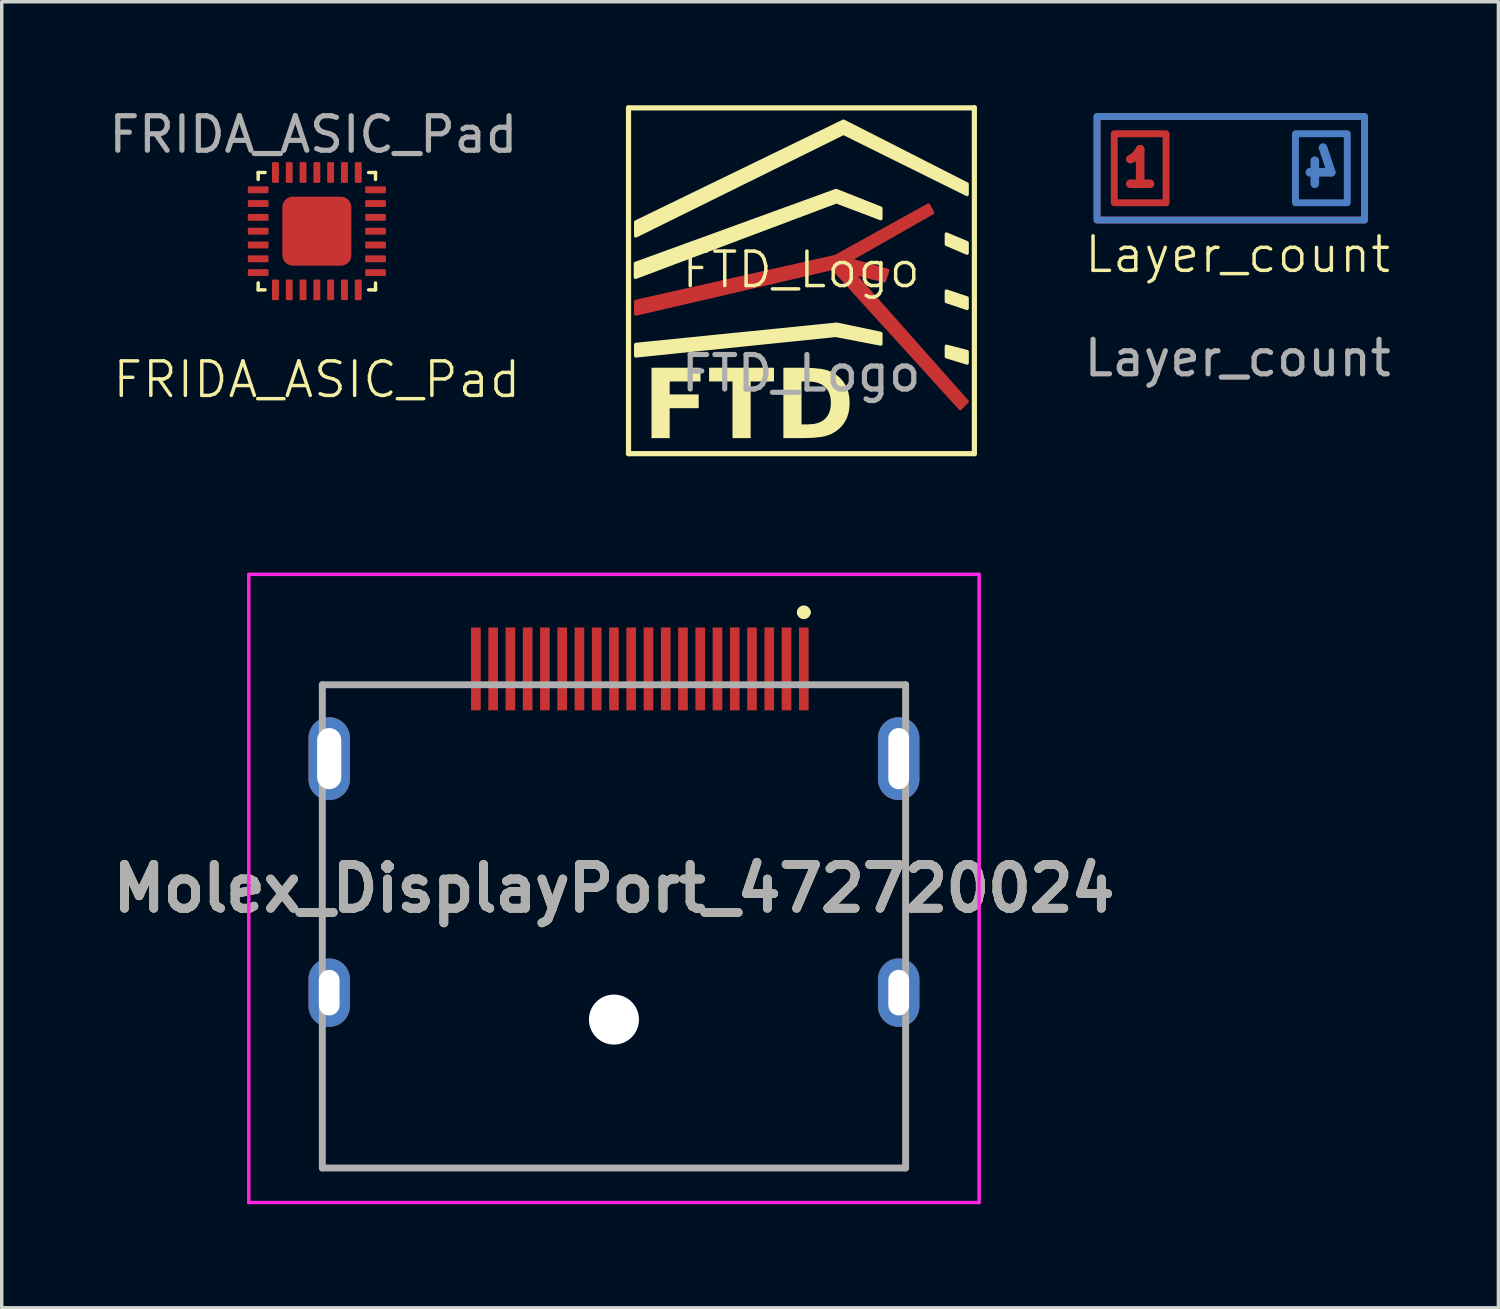
<source format=kicad_pcb>
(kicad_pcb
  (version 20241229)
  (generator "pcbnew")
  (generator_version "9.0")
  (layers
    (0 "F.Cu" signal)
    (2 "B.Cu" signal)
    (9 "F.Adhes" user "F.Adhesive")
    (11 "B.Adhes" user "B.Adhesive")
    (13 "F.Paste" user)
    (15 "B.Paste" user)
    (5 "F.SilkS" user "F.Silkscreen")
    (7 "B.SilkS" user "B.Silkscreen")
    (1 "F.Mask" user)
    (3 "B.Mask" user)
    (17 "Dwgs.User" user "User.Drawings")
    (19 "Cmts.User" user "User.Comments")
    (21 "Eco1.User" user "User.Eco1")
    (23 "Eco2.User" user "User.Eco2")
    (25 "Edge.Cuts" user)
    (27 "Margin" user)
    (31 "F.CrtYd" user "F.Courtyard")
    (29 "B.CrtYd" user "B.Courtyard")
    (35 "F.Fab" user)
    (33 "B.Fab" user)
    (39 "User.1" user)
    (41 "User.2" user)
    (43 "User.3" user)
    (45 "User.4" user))
  (footprint "FRIDA_ASIC_Pad"
    (layer "F.Cu")
    (at 4.13 5.648)
    (property "Reference" "FRIDA_ASIC_Pad" (at 2 2.3 0) (unlocked yes) (layer "F.SilkS") (effects (font (size 1 1) (thickness 0.1))))
    (attr smd)
    (fp_line (start 0.3 -3.7) (end 0.5 -3.7) (stroke (width 0.1) (type default)) (layer "F.SilkS"))
    (fp_line (start 0.3 -3.5) (end 0.3 -3.7) (stroke (width 0.1) (type default)) (layer "F.SilkS"))
    (fp_line (start 0.3 -0.5) (end 0.3 -0.3) (stroke (width 0.1) (type default)) (layer "F.SilkS"))
    (fp_line (start 0.3 -0.3) (end 0.5 -0.3) (stroke (width 0.1) (type default)) (layer "F.SilkS"))
    (fp_line (start 3.5 -3.7) (end 3.7 -3.7) (stroke (width 0.1) (type default)) (layer "F.SilkS"))
    (fp_line (start 3.5 -0.3) (end 3.7 -0.3) (stroke (width 0.1) (type default)) (layer "F.SilkS"))
    (fp_line (start 3.7 -3.7) (end 3.7 -3.5) (stroke (width 0.1) (type default)) (layer "F.SilkS"))
    (fp_line (start 3.7 -0.3) (end 3.7 -0.5) (stroke (width 0.1) (type default)) (layer "F.SilkS"))
    (fp_text user "${REFERENCE}" (at 1.9 -4.8 0) (unlocked yes) (layer "F.Fab") (effects (font (size 1 1) (thickness 0.15))))
    (pad "1" smd roundrect (at 0.3 -3.2) (size 0.6 0.2) (layers "F.Cu" "F.Mask") (roundrect_rratio 0.15))
    (pad "2" smd roundrect (at 0.3 -2.8) (size 0.6 0.2) (layers "F.Cu" "F.Mask") (roundrect_rratio 0.15))
    (pad "3" smd roundrect (at 0.3 -2.4) (size 0.6 0.2) (layers "F.Cu" "F.Mask") (roundrect_rratio 0.15))
    (pad "4" smd roundrect (at 0.3 -2) (size 0.6 0.2) (layers "F.Cu" "F.Mask") (roundrect_rratio 0.15))
    (pad "5" smd roundrect (at 0.3 -1.6) (size 0.6 0.2) (layers "F.Cu" "F.Mask") (roundrect_rratio 0.15))
    (pad "6" smd roundrect (at 0.3 -1.2) (size 0.6 0.2) (layers "F.Cu" "F.Mask") (roundrect_rratio 0.15))
    (pad "7" smd roundrect (at 0.3 -0.8) (size 0.6 0.2) (layers "F.Cu" "F.Mask") (roundrect_rratio 0.15))
    (pad "8" smd roundrect (at 0.8 -0.3 90) (size 0.6 0.2) (layers "F.Cu" "F.Mask") (roundrect_rratio 0.15))
    (pad "9" smd roundrect (at 1.2 -0.3 90) (size 0.6 0.2) (layers "F.Cu" "F.Mask") (roundrect_rratio 0.15))
    (pad "10" smd roundrect (at 1.6 -0.3 90) (size 0.6 0.2) (layers "F.Cu" "F.Mask") (roundrect_rratio 0.15))
    (pad "11" smd roundrect (at 2 -0.3 90) (size 0.6 0.2) (layers "F.Cu" "F.Mask") (roundrect_rratio 0.15))
    (pad "12" smd roundrect (at 2.4 -0.3 90) (size 0.6 0.2) (layers "F.Cu" "F.Mask") (roundrect_rratio 0.15))
    (pad "13" smd roundrect (at 2.8 -0.3 90) (size 0.6 0.2) (layers "F.Cu" "F.Mask") (roundrect_rratio 0.15))
    (pad "14" smd roundrect (at 3.2 -0.3 90) (size 0.6 0.2) (layers "F.Cu" "F.Mask") (roundrect_rratio 0.15))
    (pad "15" smd roundrect (at 3.7 -0.8) (size 0.6 0.2) (layers "F.Cu" "F.Mask") (roundrect_rratio 0.15))
    (pad "16" smd roundrect (at 3.7 -1.2) (size 0.6 0.2) (layers "F.Cu" "F.Mask") (roundrect_rratio 0.15))
    (pad "17" smd roundrect (at 3.7 -1.6) (size 0.6 0.2) (layers "F.Cu" "F.Mask") (roundrect_rratio 0.15))
    (pad "18" smd roundrect (at 3.7 -2) (size 0.6 0.2) (layers "F.Cu" "F.Mask") (roundrect_rratio 0.15))
    (pad "19" smd roundrect (at 3.7 -2.4) (size 0.6 0.2) (layers "F.Cu" "F.Mask") (roundrect_rratio 0.15))
    (pad "20" smd roundrect (at 3.7 -2.8) (size 0.6 0.2) (layers "F.Cu" "F.Mask") (roundrect_rratio 0.15))
    (pad "21" smd roundrect (at 3.7 -3.2) (size 0.6 0.2) (layers "F.Cu" "F.Mask") (roundrect_rratio 0.15))
    (pad "22" smd roundrect (at 3.2 -3.7 90) (size 0.6 0.2) (layers "F.Cu" "F.Mask") (roundrect_rratio 0.15))
    (pad "23" smd roundrect (at 2.8 -3.7 90) (size 0.6 0.2) (layers "F.Cu" "F.Mask") (roundrect_rratio 0.15))
    (pad "24" smd roundrect (at 2.4 -3.7 90) (size 0.6 0.2) (layers "F.Cu" "F.Mask") (roundrect_rratio 0.15))
    (pad "25" smd roundrect (at 2 -3.7 90) (size 0.6 0.2) (layers "F.Cu" "F.Mask") (roundrect_rratio 0.15))
    (pad "26" smd roundrect (at 1.6 -3.7 90) (size 0.6 0.2) (layers "F.Cu" "F.Mask") (roundrect_rratio 0.15))
    (pad "27" smd roundrect (at 1.2 -3.7 90) (size 0.6 0.2) (layers "F.Cu" "F.Mask") (roundrect_rratio 0.15))
    (pad "28" smd roundrect (at 0.8 -3.7 90) (size 0.6 0.2) (layers "F.Cu" "F.Mask") (roundrect_rratio 0.15))
    (pad "29" smd roundrect (at 2 -2) (size 2 2) (layers "F.Cu" "F.Mask" "F.Paste") (roundrect_rratio 0.15)))
  (footprint "Molex_DisplayPort_472720024"
    (layer "F.Cu")
    (at 14.738 22.69)
    (property "Reference" "Molex_DisplayPort_472720024" (at 0 0 0) (layer "F.SilkS") (effects (font (size 1.27 1.27) (thickness 0.254))))
    (attr through_hole)
    (fp_line (start -8.45 -5.9) (end -5 -5.9) (stroke (width 0.1) (type solid)) (layer "F.SilkS"))
    (fp_line (start -8.45 5.1) (end -8.45 8.1) (stroke (width 0.1) (type solid)) (layer "F.SilkS"))
    (fp_line (start -8.45 8.1) (end 8.45 8.1) (stroke (width 0.1) (type solid)) (layer "F.SilkS"))
    (fp_line (start 5.4 -8) (end 5.4 -8) (stroke (width 0.2) (type solid)) (layer "F.SilkS"))
    (fp_line (start 5.6 -8) (end 5.6 -8) (stroke (width 0.2) (type solid)) (layer "F.SilkS"))
    (fp_line (start 8.45 -5.9) (end 5.6 -5.9) (stroke (width 0.1) (type solid)) (layer "F.SilkS"))
    (fp_line (start 8.45 8.1) (end 8.45 5.1) (stroke (width 0.1) (type solid)) (layer "F.SilkS"))
    (fp_arc (start 5.4 -8) (mid 5.5 -8.1) (end 5.6 -8) (stroke (width 0.2) (type solid)) (layer "F.SilkS"))
    (fp_arc (start 5.6 -8) (mid 5.5 -7.9) (end 5.4 -8) (stroke (width 0.2) (type solid)) (layer "F.SilkS"))
    (fp_line (start -10.58 -9.1) (end 10.58 -9.1) (stroke (width 0.1) (type solid)) (layer "F.CrtYd"))
    (fp_line (start -10.58 9.1) (end -10.58 -9.1) (stroke (width 0.1) (type solid)) (layer "F.CrtYd"))
    (fp_line (start 10.58 -9.1) (end 10.58 9.1) (stroke (width 0.1) (type solid)) (layer "F.CrtYd"))
    (fp_line (start 10.58 9.1) (end -10.58 9.1) (stroke (width 0.1) (type solid)) (layer "F.CrtYd"))
    (fp_line (start -8.45 -5.9) (end 8.45 -5.9) (stroke (width 0.2) (type solid)) (layer "F.Fab"))
    (fp_line (start -8.45 8.1) (end -8.45 -5.9) (stroke (width 0.2) (type solid)) (layer "F.Fab"))
    (fp_line (start 8.45 -5.9) (end 8.45 8.1) (stroke (width 0.2) (type solid)) (layer "F.Fab"))
    (fp_line (start 8.45 8.1) (end -8.45 8.1) (stroke (width 0.2) (type solid)) (layer "F.Fab"))
    (fp_text user "${REFERENCE}" (at 0 0 0) (layer "F.Fab") (effects (font (size 1.27 1.27) (thickness 0.254))))
    (pad "" np_thru_hole circle (at 0 3.8) (size 1.45 1.45) (drill 1.45) (layers "*.Cu" "*.Mask"))
    (pad "1" smd rect (at 5.5 -6.36) (size 0.28 2.4) (layers "F.Cu" "F.Mask" "F.Paste"))
    (pad "2" smd rect (at 5 -6.36) (size 0.28 2.4) (layers "F.Cu" "F.Mask" "F.Paste"))
    (pad "3" smd rect (at 4.5 -6.36) (size 0.28 2.4) (layers "F.Cu" "F.Mask" "F.Paste"))
    (pad "4" smd rect (at 4 -6.36) (size 0.28 2.4) (layers "F.Cu" "F.Mask" "F.Paste"))
    (pad "5" smd rect (at 3.5 -6.36) (size 0.28 2.4) (layers "F.Cu" "F.Mask" "F.Paste"))
    (pad "6" smd rect (at 3 -6.36) (size 0.28 2.4) (layers "F.Cu" "F.Mask" "F.Paste"))
    (pad "7" smd rect (at 2.5 -6.36) (size 0.28 2.4) (layers "F.Cu" "F.Mask" "F.Paste"))
    (pad "8" smd rect (at 2 -6.36) (size 0.28 2.4) (layers "F.Cu" "F.Mask" "F.Paste"))
    (pad "9" smd rect (at 1.5 -6.36) (size 0.28 2.4) (layers "F.Cu" "F.Mask" "F.Paste"))
    (pad "10" smd rect (at 1 -6.36) (size 0.28 2.4) (layers "F.Cu" "F.Mask" "F.Paste"))
    (pad "11" smd rect (at 0.5 -6.36) (size 0.28 2.4) (layers "F.Cu" "F.Mask" "F.Paste"))
    (pad "12" smd rect (at 0 -6.36) (size 0.28 2.4) (layers "F.Cu" "F.Mask" "F.Paste"))
    (pad "13" smd rect (at -0.5 -6.36) (size 0.28 2.4) (layers "F.Cu" "F.Mask" "F.Paste"))
    (pad "14" smd rect (at -1 -6.36) (size 0.28 2.4) (layers "F.Cu" "F.Mask" "F.Paste"))
    (pad "15" smd rect (at -1.5 -6.36) (size 0.28 2.4) (layers "F.Cu" "F.Mask" "F.Paste"))
    (pad "16" smd rect (at -2 -6.36) (size 0.28 2.4) (layers "F.Cu" "F.Mask" "F.Paste"))
    (pad "17" smd rect (at -2.5 -6.36) (size 0.28 2.4) (layers "F.Cu" "F.Mask" "F.Paste"))
    (pad "18" smd rect (at -3 -6.36) (size 0.28 2.4) (layers "F.Cu" "F.Mask" "F.Paste"))
    (pad "19" smd rect (at -3.5 -6.36) (size 0.28 2.4) (layers "F.Cu" "F.Mask" "F.Paste"))
    (pad "20" smd rect (at -4 -6.36) (size 0.28 2.4) (layers "F.Cu" "F.Mask" "F.Paste"))
    (pad "MH1" thru_hole oval (at -8.25 -3.76) (size 1.2 2.4) (drill oval 0.7 1.77) (layers "*.Cu" "*.Mask"))
    (pad "MH2" thru_hole oval (at -8.25 3.02) (size 1.2 1.982) (drill oval 0.6 1.321) (layers "*.Cu" "*.Mask"))
    (pad "MH3" thru_hole oval (at 8.25 3.02) (size 1.2 1.982) (drill oval 0.6 1.321) (layers "*.Cu" "*.Mask"))
    (pad "MH4" thru_hole oval (at 8.25 -3.76) (size 1.2 2.4) (drill oval 0.6 1.773) (layers "*.Cu" "*.Mask")))
  (footprint "Layer_count"
    (layer "F.Cu")
    (at 32.809 4.825)
    (property "Reference" "Layer_count" (at 0 -0.5 0) (unlocked yes) (layer "F.SilkS") (effects (font (size 1 1) (thickness 0.1))))
    (attr smd)
    (fp_rect (start -4.075 -4.5) (end 3.675 -1.5) (stroke (width 0.2) (type default)) (fill no) (layer "F.Cu"))
    (fp_rect (start -3.575 -4) (end -2.075 -2) (stroke (width 0.2) (type default)) (fill no) (layer "F.Cu"))
    (fp_rect (start -4.325 -4.75) (end 3.925 -1.25) (stroke (width 0.15) (type solid)) (fill yes) (layer "F.Mask"))
    (fp_rect (start -4.075 -4.5) (end 3.675 -1.5) (stroke (width 0.2) (type default)) (fill no) (layer "B.Cu"))
    (fp_rect (start 1.675 -4) (end 3.175 -2) (stroke (width 0.2) (type default)) (fill no) (layer "B.Cu"))
    (fp_rect (start -4.325 -4.75) (end 3.925 -1.25) (stroke (width 0.15) (type solid)) (fill yes) (layer "B.Mask"))
    (fp_rect (start -4.075 -4.5) (end 3.675 -1.5) (stroke (width 0.2) (type solid)) (fill no) (layer "In1.Cu"))
    (fp_rect (start -4.075 -4.5) (end 3.675 -1.5) (stroke (width 0.2) (type default)) (fill no) (layer "In1.Cu"))
    (fp_rect (start -1.825 -4) (end -0.325 -2) (stroke (width 0.2) (type default)) (fill no) (layer "In1.Cu"))
    (fp_rect (start -0.075 -4) (end 1.425 -2) (stroke (width 0.2) (type solid)) (fill no) (layer "In1.Cu"))
    (fp_text user "1" (at -2.825 -3 0) (unlocked yes) (layer "F.Cu") (effects (font (size 1 1) (thickness 0.25) (bold yes))))
    (fp_text user "4" (at 2.425 -3 0) (unlocked yes) (layer "B.Cu") (effects (font (size 1 1) (thickness 0.25) (bold yes)) (justify mirror)))
    (fp_text user "2" (at -1.075 -3 0) (unlocked yes) (layer "In1.Cu") (effects (font (size 1 1) (thickness 0.25) (bold yes))))
    (fp_text user "3" (at 0.675 -3 0) (unlocked yes) (layer "In1.Cu") (effects (font (size 1 1) (thickness 0.25) (bold yes)) (justify mirror)))
    (fp_text user "${REFERENCE}" (at 0 2.5 0) (unlocked yes) (layer "F.Fab") (effects (font (size 1 1) (thickness 0.15)))))
  (footprint "FTD_Logo"
    (layer "F.Cu")
    (at 20.162 5.266)
    (property "Reference" "FTD_Logo" (at 0 -0.5 0) (unlocked yes) (layer "F.SilkS") (effects (font (size 1 1) (thickness 0.1))))
    (attr smd)
    (fp_poly (pts (xy -4.792 0.418) (xy -4.792 0.782) (xy 0.917 -0.544) (xy 4.608 3.518) (xy 4.808 3.318) (xy 1.508 -0.404) (xy 2.408 -0.182) (xy 2.508 -0.482) (xy 1.408 -0.788) (xy 3.807 -2.153) (xy 3.689 -2.374) (xy 0.992 -0.883)) (stroke (width 0.1) (type solid)) (fill yes) (layer "F.Cu"))
    (fp_poly (pts (xy -4.815 0.419) (xy -4.815 0.783) (xy 0.894 -0.543) (xy 4.585 3.519) (xy 4.785 3.319) (xy 1.485 -0.404) (xy 2.385 -0.181) (xy 2.485 -0.481) (xy 1.385 -0.788) (xy 3.784 -2.152) (xy 3.666 -2.373) (xy 0.969 -0.882)) (stroke (width 0.1) (type solid)) (fill yes) (layer "F.Mask"))
    (fp_line (start -5.002 -5.191) (end -5.002 4.828) (stroke (width 0.15) (type default)) (layer "F.SilkS"))
    (fp_line (start -5.002 4.828) (end 5.019 4.828) (stroke (width 0.15) (type default)) (layer "F.SilkS"))
    (fp_line (start 5.018 -5.191) (end -5.002 -5.191) (stroke (width 0.15) (type default)) (layer "F.SilkS"))
    (fp_line (start 5.019 4.828) (end 5.018 -5.191) (stroke (width 0.15) (type default)) (layer "F.SilkS"))
    (fp_poly (pts (xy 4.208 -1.534) (xy 4.208 -1.239) (xy 4.808 -0.982) (xy 4.808 -1.282)) (stroke (width 0.1) (type solid)) (fill yes) (layer "F.SilkS"))
    (fp_poly (pts (xy 4.808 0.318) (xy 4.808 0.618) (xy 4.208 0.418) (xy 4.208 0.118)) (stroke (width 0.1) (type solid)) (fill yes) (layer "F.SilkS"))
    (fp_poly (pts (xy 4.808 1.871) (xy 4.808 2.201) (xy 4.208 2.017) (xy 4.208 1.718)) (stroke (width 0.1) (type solid)) (fill yes) (layer "F.SilkS"))
    (fp_poly (pts (xy -4.792 -1.882) (xy -4.792 -1.482) (xy 1.227 -4.454) (xy 4.808 -2.682) (xy 4.808 -2.982) (xy 1.227 -4.805)) (stroke (width 0.1) (type solid)) (fill yes) (layer "F.SilkS"))
    (fp_poly (pts (xy 2.308 1.346) (xy 1.035 1.078) (xy -4.792 1.665) (xy -4.792 1.995) (xy 1 1.4) (xy 2.308 1.65)) (stroke (width 0.1) (type solid)) (fill yes) (layer "F.SilkS"))
    (fp_poly (pts (xy -4.801 -0.682) (xy -4.801 -0.282) (xy 1.019 -2.47) (xy 2.308 -1.982) (xy 2.308 -2.282) (xy 1.013 -2.796) (xy -4.801 -0.682)) (stroke (width 0.1) (type solid)) (fill yes) (layer "F.SilkS"))
    (fp_text user "FTD" (at -4.592 4.718 0) (unlocked yes) (layer "F.SilkS") (effects (font (face "Exo 2") (size 2 2) (thickness 0.4) (bold yes)) (justify left bottom)))
    (fp_text user "${REFERENCE}" (at 0 2.5 0) (unlocked yes) (layer "F.Fab") (effects (font (size 1 1) (thickness 0.15)))))
  (gr_rect
    (start -3 -3)
    (end 40.363 34.84)
    (stroke (width 0.1) (type default))
    (fill no)
    (layer "Edge.Cuts")))
</source>
